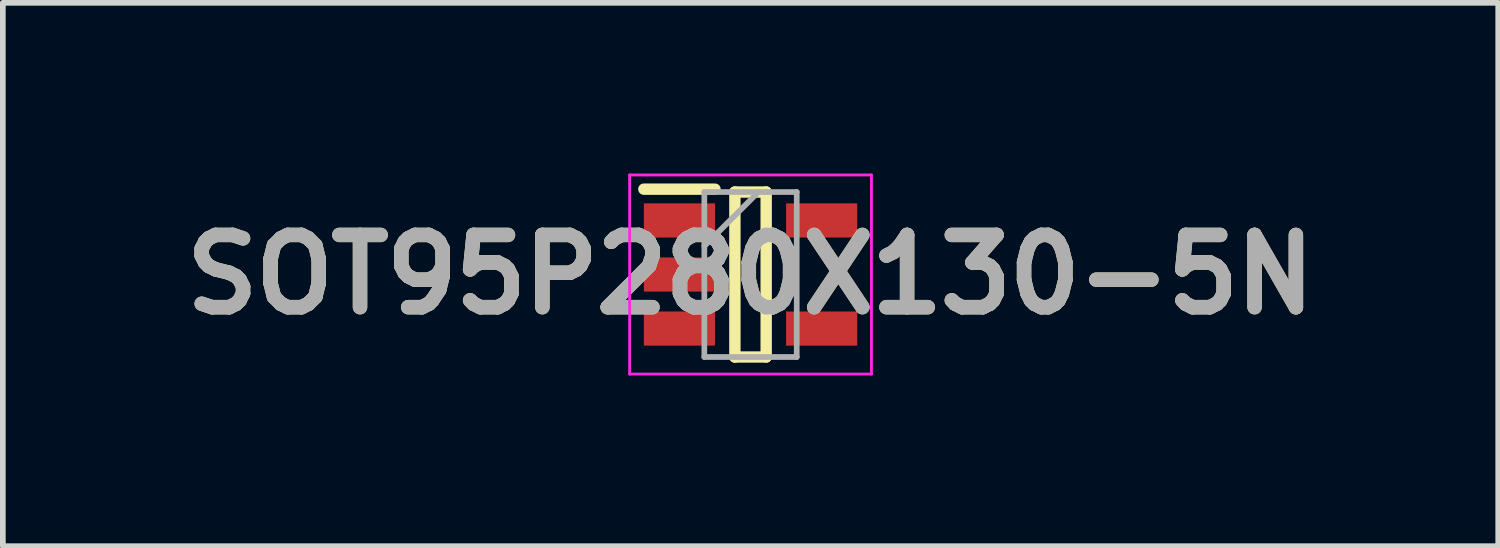
<source format=kicad_pcb>
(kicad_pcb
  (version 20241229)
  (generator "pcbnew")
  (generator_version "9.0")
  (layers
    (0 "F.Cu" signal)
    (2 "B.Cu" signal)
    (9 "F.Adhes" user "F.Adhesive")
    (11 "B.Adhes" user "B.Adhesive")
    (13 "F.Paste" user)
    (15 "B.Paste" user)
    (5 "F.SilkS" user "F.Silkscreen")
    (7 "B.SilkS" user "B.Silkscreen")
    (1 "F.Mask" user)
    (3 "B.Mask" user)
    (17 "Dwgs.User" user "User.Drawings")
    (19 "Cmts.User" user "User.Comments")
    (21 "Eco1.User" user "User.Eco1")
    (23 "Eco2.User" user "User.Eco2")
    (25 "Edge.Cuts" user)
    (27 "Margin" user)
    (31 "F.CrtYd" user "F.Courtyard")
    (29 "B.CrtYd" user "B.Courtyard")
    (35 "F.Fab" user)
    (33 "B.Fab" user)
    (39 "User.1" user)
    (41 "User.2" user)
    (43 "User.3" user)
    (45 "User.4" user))
  (footprint "SOT95P280X130-5N"
    (layer "F.Cu")
    (at 10.142 1.775)
    (property "Reference" "SOT95P280X130-5N" (at 0 0 0) (layer "F.SilkS") (effects (font (size 1.27 1.27) (thickness 0.254))))
    (attr smd)
    (fp_line (start -1.875 -1.5) (end -0.625 -1.5) (stroke (width 0.2) (type solid)) (layer "F.SilkS"))
    (fp_line (start -0.275 -1.45) (end 0.275 -1.45) (stroke (width 0.2) (type solid)) (layer "F.SilkS"))
    (fp_line (start -0.275 1.45) (end -0.275 -1.45) (stroke (width 0.2) (type solid)) (layer "F.SilkS"))
    (fp_line (start 0.275 -1.45) (end 0.275 1.45) (stroke (width 0.2) (type solid)) (layer "F.SilkS"))
    (fp_line (start 0.275 1.45) (end -0.275 1.45) (stroke (width 0.2) (type solid)) (layer "F.SilkS"))
    (fp_line (start -2.125 -1.75) (end 2.125 -1.75) (stroke (width 0.05) (type solid)) (layer "F.CrtYd"))
    (fp_line (start -2.125 1.75) (end -2.125 -1.75) (stroke (width 0.05) (type solid)) (layer "F.CrtYd"))
    (fp_line (start 2.125 -1.75) (end 2.125 1.75) (stroke (width 0.05) (type solid)) (layer "F.CrtYd"))
    (fp_line (start 2.125 1.75) (end -2.125 1.75) (stroke (width 0.05) (type solid)) (layer "F.CrtYd"))
    (fp_line (start -0.812 -1.45) (end 0.812 -1.45) (stroke (width 0.1) (type solid)) (layer "F.Fab"))
    (fp_line (start -0.812 -0.5) (end 0.138 -1.45) (stroke (width 0.1) (type solid)) (layer "F.Fab"))
    (fp_line (start -0.812 1.45) (end -0.812 -1.45) (stroke (width 0.1) (type solid)) (layer "F.Fab"))
    (fp_line (start 0.812 -1.45) (end 0.812 1.45) (stroke (width 0.1) (type solid)) (layer "F.Fab"))
    (fp_line (start 0.812 1.45) (end -0.812 1.45) (stroke (width 0.1) (type solid)) (layer "F.Fab"))
    (fp_text user "${REFERENCE}" (at 0 0 0) (layer "F.Fab") (effects (font (size 1.27 1.27) (thickness 0.254))))
    (pad "1" smd rect (at -1.25 -0.95 90) (size 0.6 1.25) (layers "F.Cu" "F.Mask" "F.Paste"))
    (pad "2" smd rect (at -1.25 0 90) (size 0.6 1.25) (layers "F.Cu" "F.Mask" "F.Paste"))
    (pad "3" smd rect (at -1.25 0.95 90) (size 0.6 1.25) (layers "F.Cu" "F.Mask" "F.Paste"))
    (pad "4" smd rect (at 1.25 0.95 90) (size 0.6 1.25) (layers "F.Cu" "F.Mask" "F.Paste"))
    (pad "5" smd rect (at 1.25 -0.95 90) (size 0.6 1.25) (layers "F.Cu" "F.Mask" "F.Paste")))
  (gr_rect
    (start -3 -3)
    (end 23.284 6.55)
    (stroke (width 0.1) (type default))
    (fill no)
    (layer "Edge.Cuts")))
</source>
